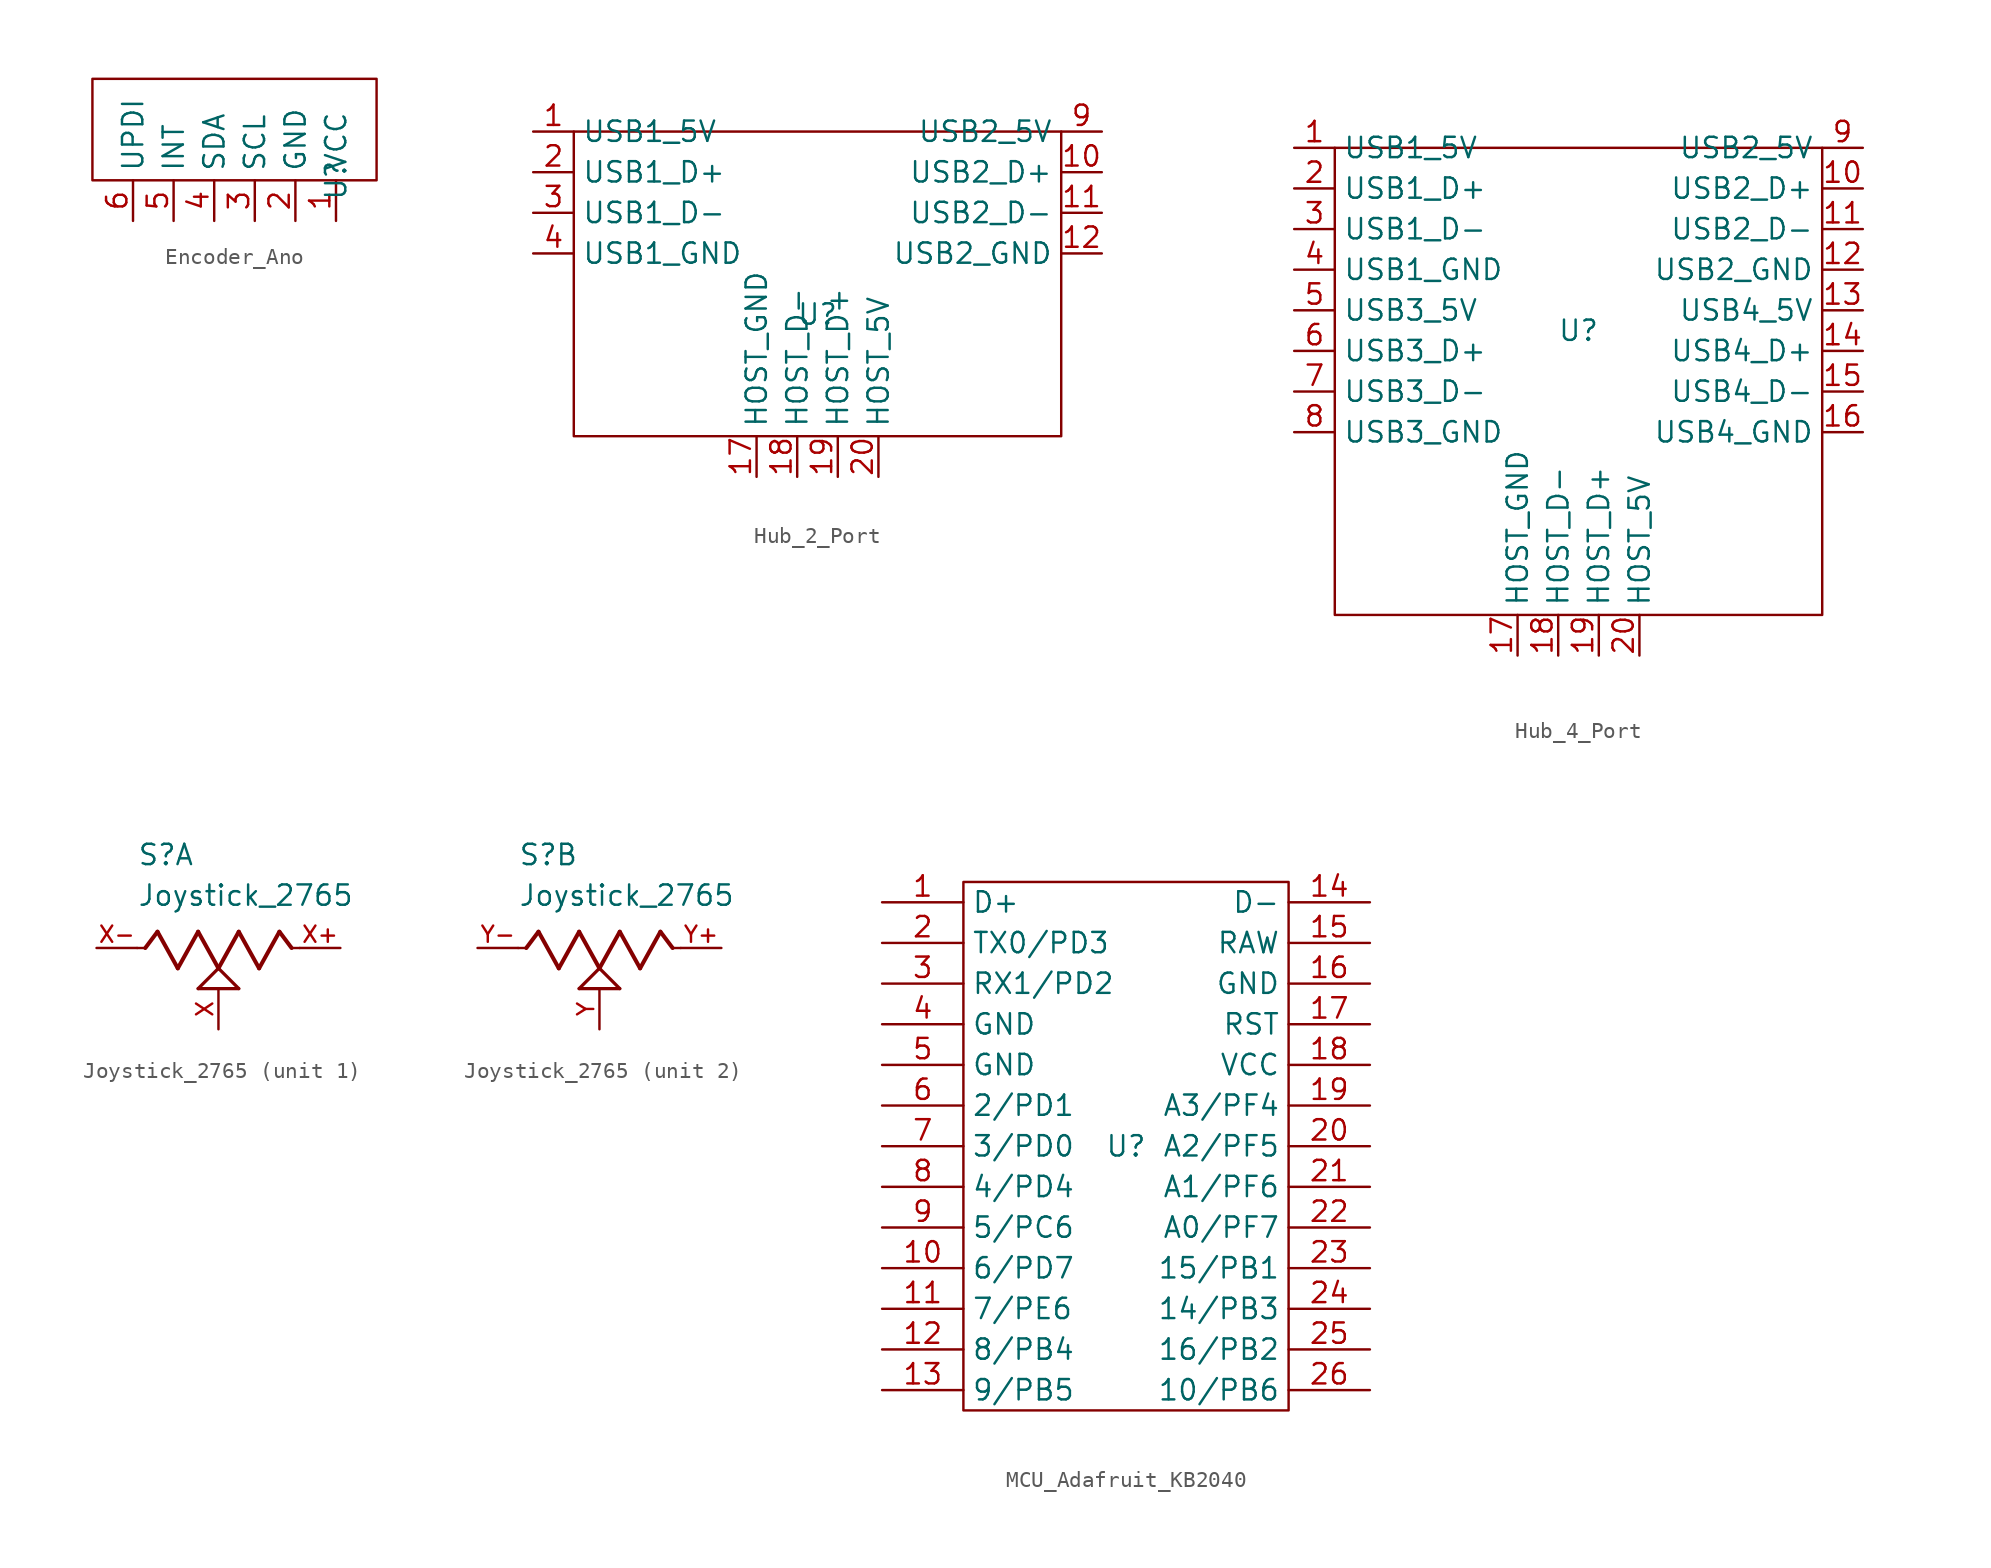
<source format=kicad_sym>
(kicad_symbol_lib
  (version 20241209)
  (generator "kicad_symbol_editor")
  (generator_version "9.0")
  (symbol "Encoder_Ano"
    (property "Reference" "U"
      (at 6.35 0 90)
      (effects (font (size 1.27 1.27))))
    (property "Value" ""
      (at 6.35 0 90)
      (effects (font (size 1.27 1.27))))
    (symbol "Encoder_Ano_0_1"
      (rectangle (start -8.89 6.35) (end 8.89 0) (stroke (width 0) (type default)) (fill (type none))))
    (symbol "Encoder_Ano_1_1"
      (pin input line (at -6.35 -2.54 90) (length 2.54) (name "UPDI" (effects (font (size 1.27 1.27)))) (number "6" (effects (font (size 1.27 1.27)))))
      (pin input line (at -3.81 -2.54 90) (length 2.54) (name "INT" (effects (font (size 1.27 1.27)))) (number "5" (effects (font (size 1.27 1.27)))))
      (pin input line (at -1.27 -2.54 90) (length 2.54) (name "SDA" (effects (font (size 1.27 1.27)))) (number "4" (effects (font (size 1.27 1.27)))))
      (pin input line (at 1.27 -2.54 90) (length 2.54) (name "SCL" (effects (font (size 1.27 1.27)))) (number "3" (effects (font (size 1.27 1.27)))))
      (pin input line (at 3.81 -2.54 90) (length 2.54) (name "GND" (effects (font (size 1.27 1.27)))) (number "2" (effects (font (size 1.27 1.27)))))
      (pin input line (at 6.35 -2.54 90) (length 2.54) (name "VCC" (effects (font (size 1.27 1.27)))) (number "1" (effects (font (size 1.27 1.27)))))))
  (symbol "Hub_2_Port"
    (property "Reference" "U"
      (at 0 0 0)
      (effects (font (size 1.27 1.27))))
    (property "Value" ""
      (at 0 0 0)
      (effects (font (size 1.27 1.27))))
    (symbol "Hub_2_Port_0_1"
      (rectangle (start -15.24 11.43) (end 15.24 -7.62) (stroke (width 0) (type default)) (fill (type none))))
    (symbol "Hub_2_Port_1_1"
      (pin input line (at -17.78 11.43 0) (length 2.54) (name "USB1_5V" (effects (font (size 1.27 1.27)))) (number "1" (effects (font (size 1.27 1.27)))))
      (pin input line (at -17.78 8.89 0) (length 2.54) (name "USB1_D+" (effects (font (size 1.27 1.27)))) (number "2" (effects (font (size 1.27 1.27)))))
      (pin input line (at -17.78 6.35 0) (length 2.54) (name "USB1_D-" (effects (font (size 1.27 1.27)))) (number "3" (effects (font (size 1.27 1.27)))))
      (pin input line (at -17.78 3.81 0) (length 2.54) (name "USB1_GND" (effects (font (size 1.27 1.27)))) (number "4" (effects (font (size 1.27 1.27)))))
      (pin input line (at -3.81 -10.16 90) (length 2.54) (name "HOST_GND" (effects (font (size 1.27 1.27)))) (number "17" (effects (font (size 1.27 1.27)))))
      (pin input line (at -1.27 -10.16 90) (length 2.54) (name "HOST_D-" (effects (font (size 1.27 1.27)))) (number "18" (effects (font (size 1.27 1.27)))))
      (pin input line (at 1.27 -10.16 90) (length 2.54) (name "HOST_D+" (effects (font (size 1.27 1.27)))) (number "19" (effects (font (size 1.27 1.27)))))
      (pin input line (at 3.81 -10.16 90) (length 2.54) (name "HOST_5V" (effects (font (size 1.27 1.27)))) (number "20" (effects (font (size 1.27 1.27)))))
      (pin input line (at 17.78 11.43 180) (length 2.54) (name "USB2_5V" (effects (font (size 1.27 1.27)))) (number "9" (effects (font (size 1.27 1.27)))))
      (pin input line (at 17.78 8.89 180) (length 2.54) (name "USB2_D+" (effects (font (size 1.27 1.27)))) (number "10" (effects (font (size 1.27 1.27)))))
      (pin input line (at 17.78 6.35 180) (length 2.54) (name "USB2_D-" (effects (font (size 1.27 1.27)))) (number "11" (effects (font (size 1.27 1.27)))))
      (pin input line (at 17.78 3.81 180) (length 2.54) (name "USB2_GND" (effects (font (size 1.27 1.27)))) (number "12" (effects (font (size 1.27 1.27)))))))
  (symbol "Hub_4_Port"
    (property "Reference" "U"
      (at 0 0 0)
      (effects (font (size 1.27 1.27))))
    (property "Value" ""
      (at 0 0 0)
      (effects (font (size 1.27 1.27))))
    (symbol "Hub_4_Port_0_1"
      (rectangle (start -15.24 11.43) (end 15.24 -17.78) (stroke (width 0) (type default)) (fill (type none))))
    (symbol "Hub_4_Port_1_1"
      (pin input line (at -17.78 11.43 0) (length 2.54) (name "USB1_5V" (effects (font (size 1.27 1.27)))) (number "1" (effects (font (size 1.27 1.27)))))
      (pin input line (at -17.78 8.89 0) (length 2.54) (name "USB1_D+" (effects (font (size 1.27 1.27)))) (number "2" (effects (font (size 1.27 1.27)))))
      (pin input line (at -17.78 6.35 0) (length 2.54) (name "USB1_D-" (effects (font (size 1.27 1.27)))) (number "3" (effects (font (size 1.27 1.27)))))
      (pin input line (at -17.78 3.81 0) (length 2.54) (name "USB1_GND" (effects (font (size 1.27 1.27)))) (number "4" (effects (font (size 1.27 1.27)))))
      (pin input line (at -17.78 1.27 0) (length 2.54) (name "USB3_5V" (effects (font (size 1.27 1.27)))) (number "5" (effects (font (size 1.27 1.27)))))
      (pin input line (at -17.78 -1.27 0) (length 2.54) (name "USB3_D+" (effects (font (size 1.27 1.27)))) (number "6" (effects (font (size 1.27 1.27)))))
      (pin input line (at -17.78 -3.81 0) (length 2.54) (name "USB3_D-" (effects (font (size 1.27 1.27)))) (number "7" (effects (font (size 1.27 1.27)))))
      (pin input line (at -17.78 -6.35 0) (length 2.54) (name "USB3_GND" (effects (font (size 1.27 1.27)))) (number "8" (effects (font (size 1.27 1.27)))))
      (pin input line (at -3.81 -20.32 90) (length 2.54) (name "HOST_GND" (effects (font (size 1.27 1.27)))) (number "17" (effects (font (size 1.27 1.27)))))
      (pin input line (at -1.27 -20.32 90) (length 2.54) (name "HOST_D-" (effects (font (size 1.27 1.27)))) (number "18" (effects (font (size 1.27 1.27)))))
      (pin input line (at 1.27 -20.32 90) (length 2.54) (name "HOST_D+" (effects (font (size 1.27 1.27)))) (number "19" (effects (font (size 1.27 1.27)))))
      (pin input line (at 3.81 -20.32 90) (length 2.54) (name "HOST_5V" (effects (font (size 1.27 1.27)))) (number "20" (effects (font (size 1.27 1.27)))))
      (pin input line (at 17.78 11.43 180) (length 2.54) (name "USB2_5V" (effects (font (size 1.27 1.27)))) (number "9" (effects (font (size 1.27 1.27)))))
      (pin input line (at 17.78 8.89 180) (length 2.54) (name "USB2_D+" (effects (font (size 1.27 1.27)))) (number "10" (effects (font (size 1.27 1.27)))))
      (pin input line (at 17.78 6.35 180) (length 2.54) (name "USB2_D-" (effects (font (size 1.27 1.27)))) (number "11" (effects (font (size 1.27 1.27)))))
      (pin input line (at 17.78 3.81 180) (length 2.54) (name "USB2_GND" (effects (font (size 1.27 1.27)))) (number "12" (effects (font (size 1.27 1.27)))))
      (pin input line (at 17.78 1.27 180) (length 2.54) (name "USB4_5V" (effects (font (size 1.27 1.27)))) (number "13" (effects (font (size 1.27 1.27)))))
      (pin input line (at 17.78 -1.27 180) (length 2.54) (name "USB4_D+" (effects (font (size 1.27 1.27)))) (number "14" (effects (font (size 1.27 1.27)))))
      (pin input line (at 17.78 -3.81 180) (length 2.54) (name "USB4_D-" (effects (font (size 1.27 1.27)))) (number "15" (effects (font (size 1.27 1.27)))))
      (pin input line (at 17.78 -6.35 180) (length 2.54) (name "USB4_GND" (effects (font (size 1.27 1.27)))) (number "16" (effects (font (size 1.27 1.27)))))))
  (symbol "Joystick_2765"
    (pin_names
      (offset 1.016))
    (property "Reference" "S"
      (at -5.08 5.08 0)
      (effects (font (size 1.27 1.27)) (justify left bottom)))
    (property "Value" "Joystick_2765"
      (at -5.08 2.54 0)
      (effects (font (size 1.27 1.27)) (justify left bottom)))
    (symbol "Joystick_2765_1_0"
      (polyline (pts (xy -5.08 0) (xy -4.572 0)) (stroke (width 0.152) (type default)) (fill (type none)))
      (polyline (pts (xy -4.572 0) (xy -3.81 1.016)) (stroke (width 0.254) (type default)) (fill (type none)))
      (polyline (pts (xy -3.81 1.016) (xy -2.54 -1.27)) (stroke (width 0.254) (type default)) (fill (type none)))
      (polyline (pts (xy -2.54 -1.27) (xy -1.27 1.016)) (stroke (width 0.254) (type default)) (fill (type none)))
      (polyline (pts (xy -1.27 1.016) (xy 0 -1.27)) (stroke (width 0.254) (type default)) (fill (type none)))
      (polyline (pts (xy -1.27 -2.54) (xy 0 -1.27)) (stroke (width 0.203) (type default)) (fill (type none)))
      (polyline (pts (xy 0 -1.27) (xy 1.27 1.016)) (stroke (width 0.254) (type default)) (fill (type none)))
      (polyline (pts (xy 0 -1.27) (xy 1.27 -2.54)) (stroke (width 0.203) (type default)) (fill (type none)))
      (polyline (pts (xy 1.27 1.016) (xy 2.54 -1.27)) (stroke (width 0.254) (type default)) (fill (type none)))
      (polyline (pts (xy 1.27 -2.54) (xy -1.27 -2.54)) (stroke (width 0.203) (type default)) (fill (type none)))
      (polyline (pts (xy 2.54 -1.27) (xy 3.81 1.016)) (stroke (width 0.254) (type default)) (fill (type none)))
      (polyline (pts (xy 3.81 1.016) (xy 4.572 0)) (stroke (width 0.254) (type default)) (fill (type none)))
      (polyline (pts (xy 4.572 0) (xy 5.08 0)) (stroke (width 0.152) (type default)) (fill (type none)))
      (pin passive line (at -7.62 0 0) (length 2.54) (name "~" (effects (font (size 1.016 1.016)))) (number "X-" (effects (font (size 1.016 1.016)))))
      (pin passive line (at 0 -5.08 90) (length 2.54) (name "~" (effects (font (size 1.016 1.016)))) (number "X" (effects (font (size 1.016 1.016)))))
      (pin passive line (at 7.62 0 180) (length 2.54) (name "~" (effects (font (size 1.016 1.016)))) (number "X+" (effects (font (size 1.016 1.016))))))
    (symbol "Joystick_2765_2_0"
      (polyline (pts (xy -5.08 0) (xy -4.572 0)) (stroke (width 0.152) (type default)) (fill (type none)))
      (polyline (pts (xy -4.572 0) (xy -3.81 1.016)) (stroke (width 0.254) (type default)) (fill (type none)))
      (polyline (pts (xy -3.81 1.016) (xy -2.54 -1.27)) (stroke (width 0.254) (type default)) (fill (type none)))
      (polyline (pts (xy -2.54 -1.27) (xy -1.27 1.016)) (stroke (width 0.254) (type default)) (fill (type none)))
      (polyline (pts (xy -1.27 1.016) (xy 0 -1.27)) (stroke (width 0.254) (type default)) (fill (type none)))
      (polyline (pts (xy -1.27 -2.54) (xy 0 -1.27)) (stroke (width 0.203) (type default)) (fill (type none)))
      (polyline (pts (xy 0 -1.27) (xy 1.27 1.016)) (stroke (width 0.254) (type default)) (fill (type none)))
      (polyline (pts (xy 0 -1.27) (xy 1.27 -2.54)) (stroke (width 0.203) (type default)) (fill (type none)))
      (polyline (pts (xy 1.27 1.016) (xy 2.54 -1.27)) (stroke (width 0.254) (type default)) (fill (type none)))
      (polyline (pts (xy 1.27 -2.54) (xy -1.27 -2.54)) (stroke (width 0.203) (type default)) (fill (type none)))
      (polyline (pts (xy 2.54 -1.27) (xy 3.81 1.016)) (stroke (width 0.254) (type default)) (fill (type none)))
      (polyline (pts (xy 3.81 1.016) (xy 4.572 0)) (stroke (width 0.254) (type default)) (fill (type none)))
      (polyline (pts (xy 4.572 0) (xy 5.08 0)) (stroke (width 0.152) (type default)) (fill (type none)))
      (pin passive line (at -7.62 0 0) (length 2.54) (name "~" (effects (font (size 1.016 1.016)))) (number "Y-" (effects (font (size 1.016 1.016)))))
      (pin passive line (at 0 -5.08 90) (length 2.54) (name "~" (effects (font (size 1.016 1.016)))) (number "Y" (effects (font (size 1.016 1.016)))))
      (pin passive line (at 7.62 0 180) (length 2.54) (name "~" (effects (font (size 1.016 1.016)))) (number "Y+" (effects (font (size 1.016 1.016)))))))
  (symbol "MCU_Adafruit_KB2040"
    (property "Reference" "U"
      (at 0 0 0)
      (effects (font (size 1.27 1.27))))
    (property "Value" ""
      (at 0 0 0)
      (effects (font (size 1.27 1.27))))
    (symbol "MCU_Adafruit_KB2040_0_1"
      (rectangle (start -10.16 16.51) (end 10.16 -16.51) (stroke (width 0) (type solid)) (fill (type none))))
    (symbol "MCU_Adafruit_KB2040_1_1"
      (pin input line (at -15.24 15.24 0) (length 5.08) (name "D+" (effects (font (size 1.27 1.27)))) (number "1" (effects (font (size 1.27 1.27)))))
      (pin input line (at -15.24 12.7 0) (length 5.08) (name "TX0/PD3" (effects (font (size 1.27 1.27)))) (number "2" (effects (font (size 1.27 1.27)))))
      (pin input line (at -15.24 10.16 0) (length 5.08) (name "RX1/PD2" (effects (font (size 1.27 1.27)))) (number "3" (effects (font (size 1.27 1.27)))))
      (pin input line (at -15.24 7.62 0) (length 5.08) (name "GND" (effects (font (size 1.27 1.27)))) (number "4" (effects (font (size 1.27 1.27)))))
      (pin input line (at -15.24 5.08 0) (length 5.08) (name "GND" (effects (font (size 1.27 1.27)))) (number "5" (effects (font (size 1.27 1.27)))))
      (pin input line (at -15.24 2.54 0) (length 5.08) (name "2/PD1" (effects (font (size 1.27 1.27)))) (number "6" (effects (font (size 1.27 1.27)))))
      (pin input line (at -15.24 0 0) (length 5.08) (name "3/PD0" (effects (font (size 1.27 1.27)))) (number "7" (effects (font (size 1.27 1.27)))))
      (pin input line (at -15.24 -2.54 0) (length 5.08) (name "4/PD4" (effects (font (size 1.27 1.27)))) (number "8" (effects (font (size 1.27 1.27)))))
      (pin input line (at -15.24 -5.08 0) (length 5.08) (name "5/PC6" (effects (font (size 1.27 1.27)))) (number "9" (effects (font (size 1.27 1.27)))))
      (pin input line (at -15.24 -7.62 0) (length 5.08) (name "6/PD7" (effects (font (size 1.27 1.27)))) (number "10" (effects (font (size 1.27 1.27)))))
      (pin input line (at -15.24 -10.16 0) (length 5.08) (name "7/PE6" (effects (font (size 1.27 1.27)))) (number "11" (effects (font (size 1.27 1.27)))))
      (pin input line (at -15.24 -12.7 0) (length 5.08) (name "8/PB4" (effects (font (size 1.27 1.27)))) (number "12" (effects (font (size 1.27 1.27)))))
      (pin input line (at -15.24 -15.24 0) (length 5.08) (name "9/PB5" (effects (font (size 1.27 1.27)))) (number "13" (effects (font (size 1.27 1.27)))))
      (pin input line (at 15.24 15.24 180) (length 5.08) (name "D-" (effects (font (size 1.27 1.27)))) (number "14" (effects (font (size 1.27 1.27)))))
      (pin input line (at 15.24 12.7 180) (length 5.08) (name "RAW" (effects (font (size 1.27 1.27)))) (number "15" (effects (font (size 1.27 1.27)))))
      (pin input line (at 15.24 10.16 180) (length 5.08) (name "GND" (effects (font (size 1.27 1.27)))) (number "16" (effects (font (size 1.27 1.27)))))
      (pin input line (at 15.24 7.62 180) (length 5.08) (name "RST" (effects (font (size 1.27 1.27)))) (number "17" (effects (font (size 1.27 1.27)))))
      (pin input line (at 15.24 5.08 180) (length 5.08) (name "VCC" (effects (font (size 1.27 1.27)))) (number "18" (effects (font (size 1.27 1.27)))))
      (pin input line (at 15.24 2.54 180) (length 5.08) (name "A3/PF4" (effects (font (size 1.27 1.27)))) (number "19" (effects (font (size 1.27 1.27)))))
      (pin input line (at 15.24 0 180) (length 5.08) (name "A2/PF5" (effects (font (size 1.27 1.27)))) (number "20" (effects (font (size 1.27 1.27)))))
      (pin input line (at 15.24 -2.54 180) (length 5.08) (name "A1/PF6" (effects (font (size 1.27 1.27)))) (number "21" (effects (font (size 1.27 1.27)))))
      (pin input line (at 15.24 -5.08 180) (length 5.08) (name "A0/PF7" (effects (font (size 1.27 1.27)))) (number "22" (effects (font (size 1.27 1.27)))))
      (pin input line (at 15.24 -7.62 180) (length 5.08) (name "15/PB1" (effects (font (size 1.27 1.27)))) (number "23" (effects (font (size 1.27 1.27)))))
      (pin input line (at 15.24 -10.16 180) (length 5.08) (name "14/PB3" (effects (font (size 1.27 1.27)))) (number "24" (effects (font (size 1.27 1.27)))))
      (pin input line (at 15.24 -12.7 180) (length 5.08) (name "16/PB2" (effects (font (size 1.27 1.27)))) (number "25" (effects (font (size 1.27 1.27)))))
      (pin input line (at 15.24 -15.24 180) (length 5.08) (name "10/PB6" (effects (font (size 1.27 1.27)))) (number "26" (effects (font (size 1.27 1.27))))))))
</source>
